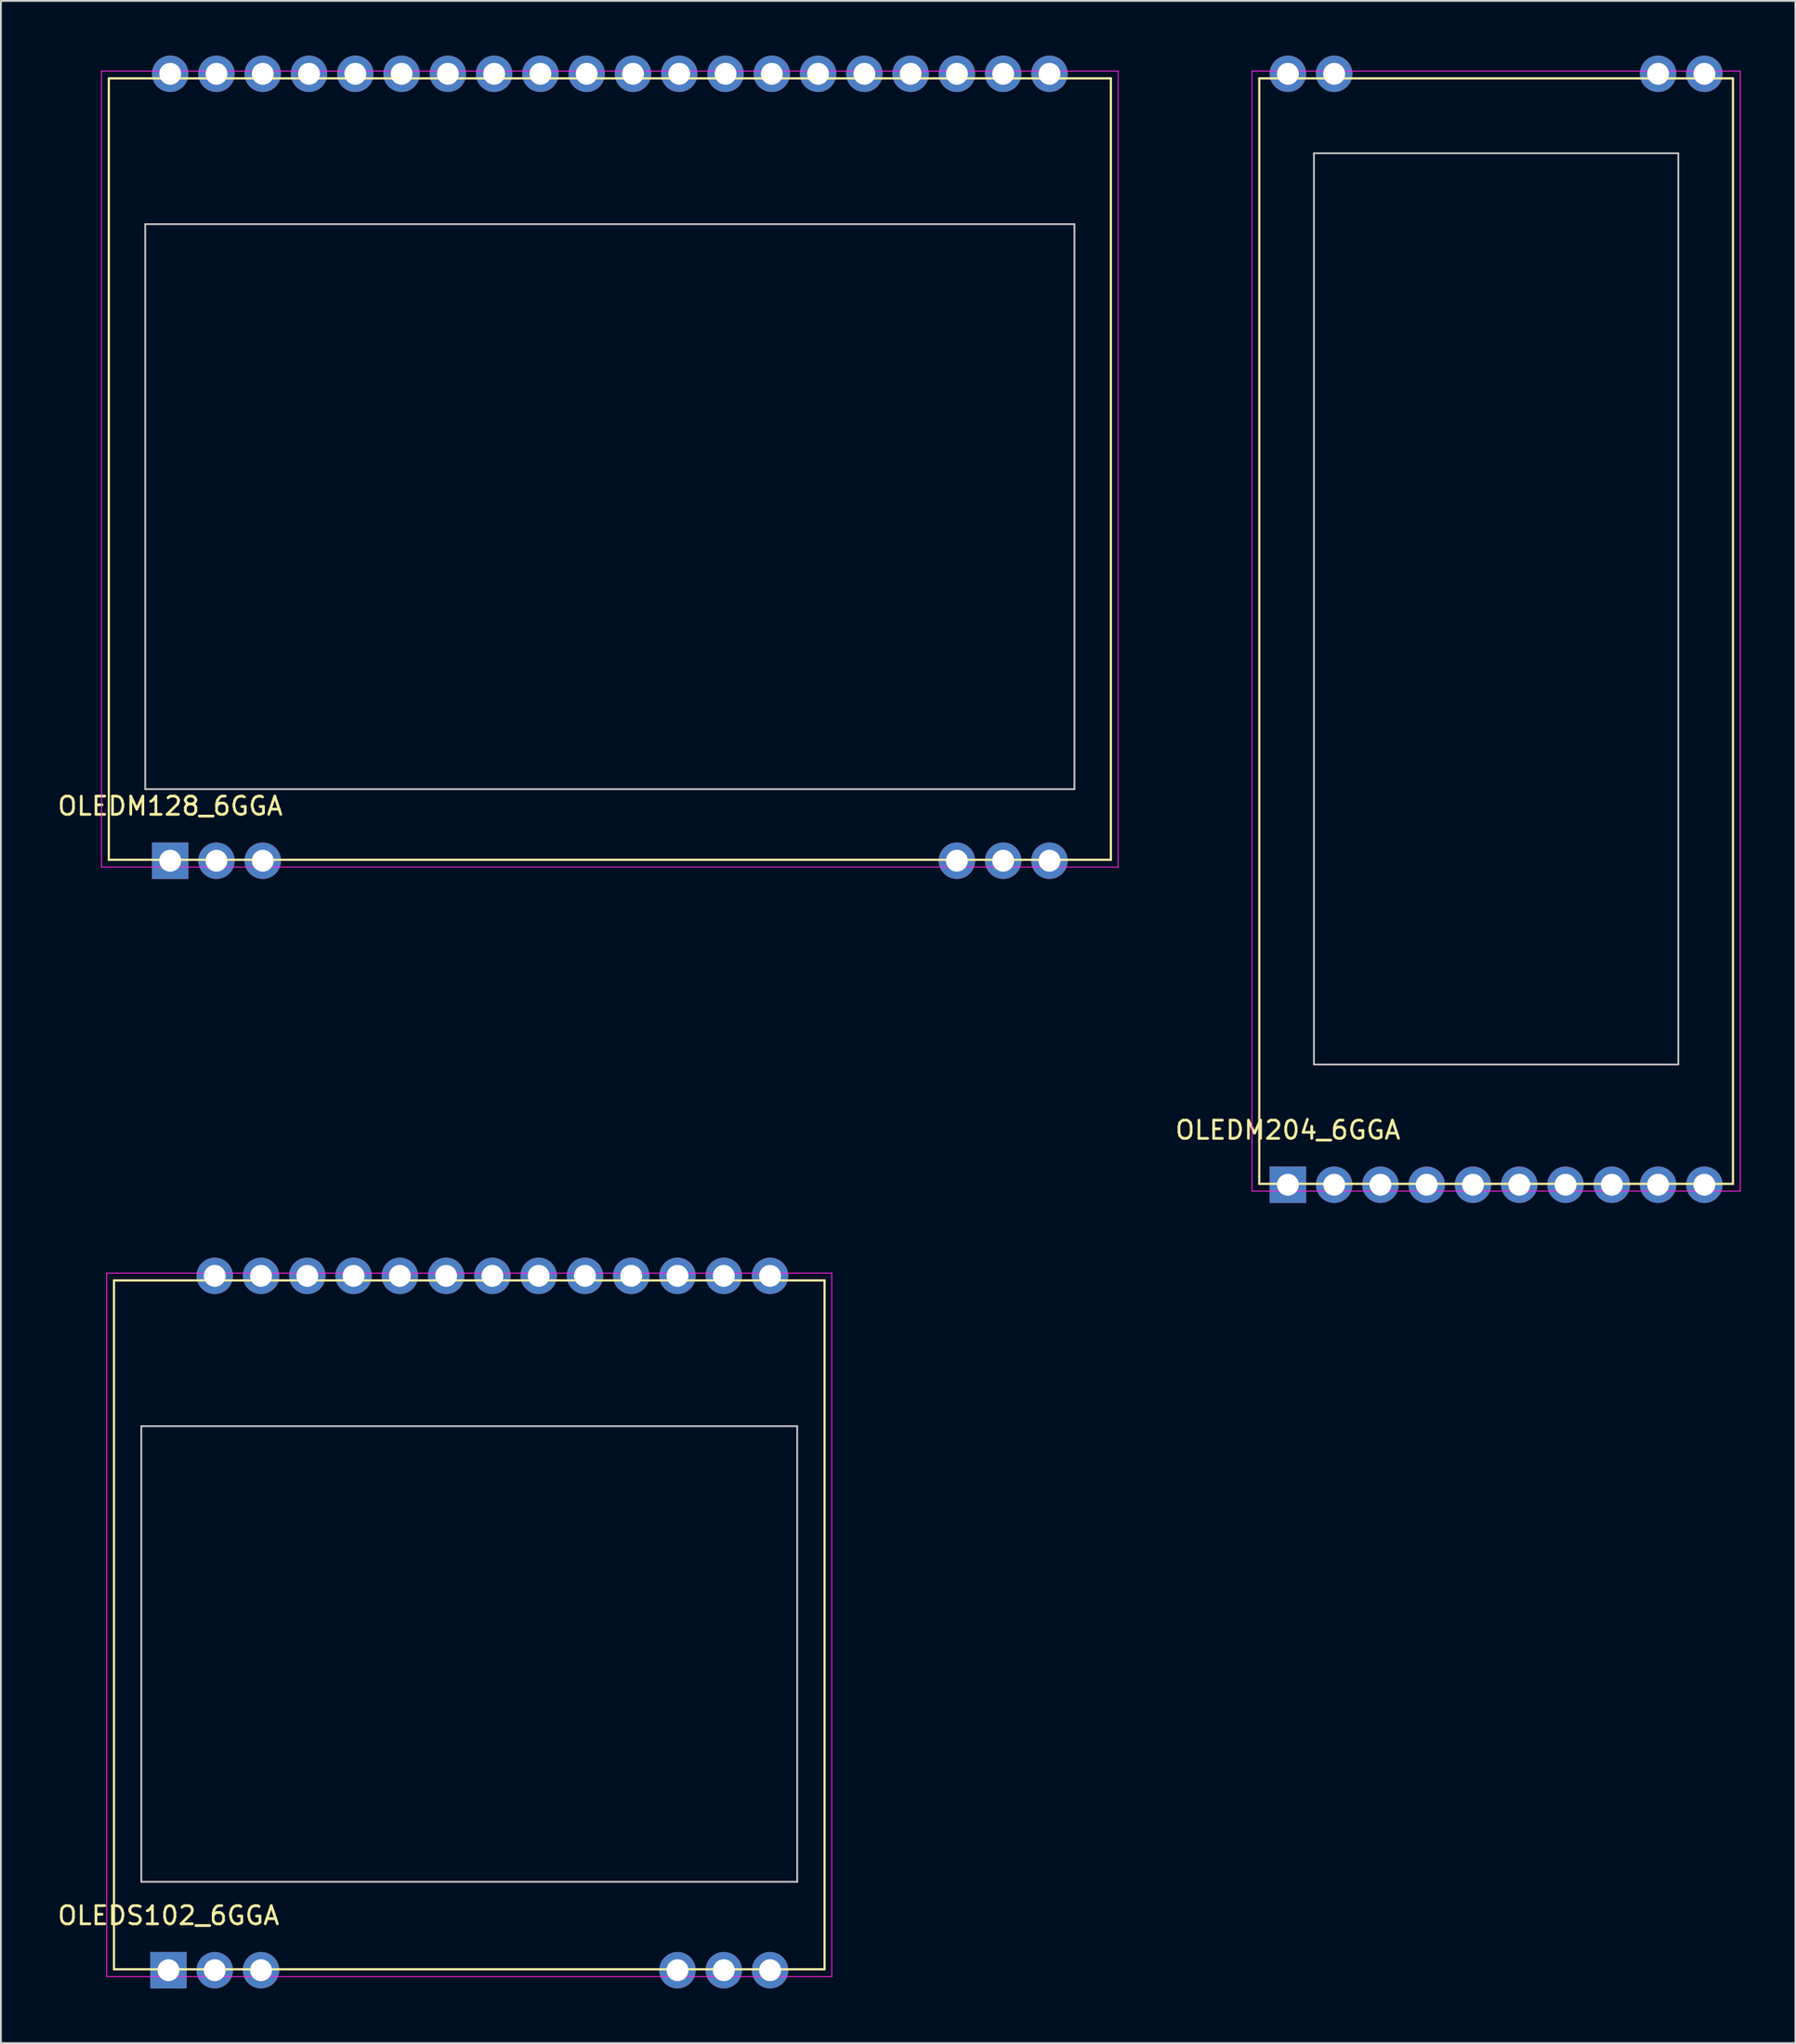
<source format=kicad_pcb>
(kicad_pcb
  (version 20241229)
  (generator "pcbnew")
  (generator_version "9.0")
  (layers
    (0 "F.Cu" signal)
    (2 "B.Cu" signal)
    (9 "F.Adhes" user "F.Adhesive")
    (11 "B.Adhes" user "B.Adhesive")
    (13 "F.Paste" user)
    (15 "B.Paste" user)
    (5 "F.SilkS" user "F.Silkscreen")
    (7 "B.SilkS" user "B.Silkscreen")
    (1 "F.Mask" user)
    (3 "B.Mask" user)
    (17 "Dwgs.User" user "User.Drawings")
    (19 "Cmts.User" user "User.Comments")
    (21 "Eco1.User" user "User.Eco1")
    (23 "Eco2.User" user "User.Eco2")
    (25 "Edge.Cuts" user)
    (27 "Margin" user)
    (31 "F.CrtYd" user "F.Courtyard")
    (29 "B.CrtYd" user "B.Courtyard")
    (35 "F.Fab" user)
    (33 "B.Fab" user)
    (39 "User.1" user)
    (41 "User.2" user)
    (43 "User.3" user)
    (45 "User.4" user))
  (footprint "OLEDM204_6GGA"
    (layer "F.Cu")
    (at 67.638 61.96)
    (property "Reference" "OLEDM204_6GGA" (at 0 -3 0) (layer "F.SilkS") (effects (font (size 1 1) (thickness 0.15))))
    (attr through_hole)
    (fp_line (start -1.57 -60.71) (end -1.57 -0.05) (stroke (width 0.12) (type solid)) (layer "F.SilkS"))
    (fp_line (start -1.57 -0.05) (end 24.43 -0.05) (stroke (width 0.12) (type solid)) (layer "F.SilkS"))
    (fp_line (start 24.43 -60.71) (end -1.57 -60.71) (stroke (width 0.12) (type solid)) (layer "F.SilkS"))
    (fp_line (start 24.43 -0.05) (end 24.43 -60.71) (stroke (width 0.12) (type solid)) (layer "F.SilkS"))
    (fp_line (start 1.43 -56.6) (end 1.43 -6.6) (stroke (width 0.1) (type solid)) (layer "Dwgs.User"))
    (fp_line (start 1.43 -6.6) (end 21.43 -6.6) (stroke (width 0.1) (type solid)) (layer "Dwgs.User"))
    (fp_line (start 21.43 -56.6) (end 1.43 -56.6) (stroke (width 0.1) (type solid)) (layer "Dwgs.User"))
    (fp_line (start 21.43 -6.6) (end 21.43 -56.6) (stroke (width 0.1) (type solid)) (layer "Dwgs.User"))
    (fp_line (start -1.97 -61.11) (end -1.97 0.35) (stroke (width 0.05) (type solid)) (layer "F.CrtYd"))
    (fp_line (start -1.97 0.35) (end 24.83 0.35) (stroke (width 0.05) (type solid)) (layer "F.CrtYd"))
    (fp_line (start 24.83 -61.11) (end -1.97 -61.11) (stroke (width 0.05) (type solid)) (layer "F.CrtYd"))
    (fp_line (start 24.83 0.35) (end 24.83 -61.11) (stroke (width 0.05) (type solid)) (layer "F.CrtYd"))
    (pad "1" thru_hole rect (at 0 0) (size 2 2) (drill 1.2) (layers "*.Cu" "*.Mask"))
    (pad "2" thru_hole circle (at 2.54 0) (size 2 2) (drill 1.2) (layers "*.Cu" "*.Mask"))
    (pad "3" thru_hole circle (at 5.08 0) (size 2 2) (drill 1.2) (layers "*.Cu" "*.Mask"))
    (pad "4" thru_hole circle (at 7.62 0) (size 2 2) (drill 1.2) (layers "*.Cu" "*.Mask"))
    (pad "5" thru_hole circle (at 10.16 0) (size 2 2) (drill 1.2) (layers "*.Cu" "*.Mask"))
    (pad "6" thru_hole circle (at 12.7 0) (size 2 2) (drill 1.2) (layers "*.Cu" "*.Mask"))
    (pad "7" thru_hole circle (at 15.24 0) (size 2 2) (drill 1.2) (layers "*.Cu" "*.Mask"))
    (pad "8" thru_hole circle (at 17.78 0) (size 2 2) (drill 1.2) (layers "*.Cu" "*.Mask"))
    (pad "9" thru_hole circle (at 20.32 0) (size 2 2) (drill 1.2) (layers "*.Cu" "*.Mask"))
    (pad "10" thru_hole circle (at 22.86 0) (size 2 2) (drill 1.2) (layers "*.Cu" "*.Mask"))
    (pad "11" thru_hole circle (at 22.86 -60.96) (size 2 2) (drill 1.2) (layers "*.Cu" "*.Mask"))
    (pad "12" thru_hole circle (at 20.32 -60.96) (size 2 2) (drill 1.2) (layers "*.Cu" "*.Mask"))
    (pad "19" thru_hole circle (at 2.54 -60.96) (size 2 2) (drill 1.2) (layers "*.Cu" "*.Mask"))
    (pad "20" thru_hole circle (at 0 -60.96) (size 2 2) (drill 1.2) (layers "*.Cu" "*.Mask")))
  (footprint "OLEDS102_6GGA"
    (layer "F.Cu")
    (at 6.196 105.06)
    (property "Reference" "OLEDS102_6GGA" (at 0 -3 0) (layer "F.SilkS") (effects (font (size 1 1) (thickness 0.15))))
    (attr through_hole)
    (fp_line (start -2.99 -37.85) (end -2.99 -0.05) (stroke (width 0.12) (type solid)) (layer "F.SilkS"))
    (fp_line (start -2.99 -0.05) (end 36.01 -0.05) (stroke (width 0.12) (type solid)) (layer "F.SilkS"))
    (fp_line (start 36.01 -37.85) (end -2.99 -37.85) (stroke (width 0.12) (type solid)) (layer "F.SilkS"))
    (fp_line (start 36.01 -0.05) (end 36.01 -37.85) (stroke (width 0.12) (type solid)) (layer "F.SilkS"))
    (fp_line (start -1.49 -29.85) (end -1.49 -4.85) (stroke (width 0.1) (type solid)) (layer "Dwgs.User"))
    (fp_line (start -1.49 -4.85) (end 34.51 -4.85) (stroke (width 0.1) (type solid)) (layer "Dwgs.User"))
    (fp_line (start 34.51 -29.85) (end -1.49 -29.85) (stroke (width 0.1) (type solid)) (layer "Dwgs.User"))
    (fp_line (start 34.51 -4.85) (end 34.51 -29.85) (stroke (width 0.1) (type solid)) (layer "Dwgs.User"))
    (fp_line (start -3.39 -38.25) (end -3.39 0.35) (stroke (width 0.05) (type solid)) (layer "F.CrtYd"))
    (fp_line (start -3.39 0.35) (end 36.41 0.35) (stroke (width 0.05) (type solid)) (layer "F.CrtYd"))
    (fp_line (start 36.41 -38.25) (end -3.39 -38.25) (stroke (width 0.05) (type solid)) (layer "F.CrtYd"))
    (fp_line (start 36.41 0.35) (end 36.41 -38.25) (stroke (width 0.05) (type solid)) (layer "F.CrtYd"))
    (pad "1" thru_hole rect (at 0 0) (size 2 2) (drill 1.2) (layers "*.Cu" "*.Mask"))
    (pad "2" thru_hole circle (at 2.54 0) (size 2 2) (drill 1.2) (layers "*.Cu" "*.Mask"))
    (pad "3" thru_hole circle (at 5.08 0) (size 2 2) (drill 1.2) (layers "*.Cu" "*.Mask"))
    (pad "12" thru_hole circle (at 27.94 0) (size 2 2) (drill 1.2) (layers "*.Cu" "*.Mask"))
    (pad "13" thru_hole circle (at 30.48 0) (size 2 2) (drill 1.2) (layers "*.Cu" "*.Mask"))
    (pad "14" thru_hole circle (at 33.02 0) (size 2 2) (drill 1.2) (layers "*.Cu" "*.Mask"))
    (pad "15" thru_hole circle (at 33.02 -38.1) (size 2 2) (drill 1.2) (layers "*.Cu" "*.Mask"))
    (pad "16" thru_hole circle (at 30.48 -38.1) (size 2 2) (drill 1.2) (layers "*.Cu" "*.Mask"))
    (pad "17" thru_hole circle (at 27.94 -38.1) (size 2 2) (drill 1.2) (layers "*.Cu" "*.Mask"))
    (pad "18" thru_hole circle (at 25.4 -38.1) (size 2 2) (drill 1.2) (layers "*.Cu" "*.Mask"))
    (pad "19" thru_hole circle (at 22.86 -38.1) (size 2 2) (drill 1.2) (layers "*.Cu" "*.Mask"))
    (pad "20" thru_hole circle (at 20.32 -38.1) (size 2 2) (drill 1.2) (layers "*.Cu" "*.Mask"))
    (pad "21" thru_hole circle (at 17.78 -38.1) (size 2 2) (drill 1.2) (layers "*.Cu" "*.Mask"))
    (pad "22" thru_hole circle (at 15.24 -38.1) (size 2 2) (drill 1.2) (layers "*.Cu" "*.Mask"))
    (pad "23" thru_hole circle (at 12.7 -38.1) (size 2 2) (drill 1.2) (layers "*.Cu" "*.Mask"))
    (pad "24" thru_hole circle (at 10.16 -38.1) (size 2 2) (drill 1.2) (layers "*.Cu" "*.Mask"))
    (pad "25" thru_hole circle (at 7.62 -38.1) (size 2 2) (drill 1.2) (layers "*.Cu" "*.Mask"))
    (pad "26" thru_hole circle (at 5.08 -38.1) (size 2 2) (drill 1.2) (layers "*.Cu" "*.Mask"))
    (pad "27" thru_hole circle (at 2.54 -38.1) (size 2 2) (drill 1.2) (layers "*.Cu" "*.Mask")))
  (footprint "OLEDM128_6GGA"
    (layer "F.Cu")
    (at 6.292 44.18)
    (property "Reference" "OLEDM128_6GGA" (at 0 -3 0) (layer "F.SilkS") (effects (font (size 1 1) (thickness 0.15))))
    (attr through_hole)
    (fp_line (start -3.37 -42.93) (end -3.37 -0.05) (stroke (width 0.12) (type solid)) (layer "F.SilkS"))
    (fp_line (start -3.37 -0.05) (end 51.63 -0.05) (stroke (width 0.12) (type solid)) (layer "F.SilkS"))
    (fp_line (start 51.63 -42.93) (end -3.37 -42.93) (stroke (width 0.12) (type solid)) (layer "F.SilkS"))
    (fp_line (start 51.63 -0.05) (end 51.63 -42.93) (stroke (width 0.12) (type solid)) (layer "F.SilkS"))
    (fp_line (start -1.37 -34.93) (end -1.37 -3.93) (stroke (width 0.1) (type solid)) (layer "Dwgs.User"))
    (fp_line (start -1.37 -3.93) (end 49.63 -3.93) (stroke (width 0.1) (type solid)) (layer "Dwgs.User"))
    (fp_line (start 49.63 -34.93) (end -1.37 -34.93) (stroke (width 0.1) (type solid)) (layer "Dwgs.User"))
    (fp_line (start 49.63 -3.93) (end 49.63 -34.93) (stroke (width 0.1) (type solid)) (layer "Dwgs.User"))
    (fp_line (start -3.77 -43.33) (end -3.77 0.35) (stroke (width 0.05) (type solid)) (layer "F.CrtYd"))
    (fp_line (start -3.77 0.35) (end 52.03 0.35) (stroke (width 0.05) (type solid)) (layer "F.CrtYd"))
    (fp_line (start 52.03 -43.33) (end -3.77 -43.33) (stroke (width 0.05) (type solid)) (layer "F.CrtYd"))
    (fp_line (start 52.03 0.35) (end 52.03 -43.33) (stroke (width 0.05) (type solid)) (layer "F.CrtYd"))
    (pad "1" thru_hole rect (at 0 0) (size 2 2) (drill 1.2) (layers "*.Cu" "*.Mask"))
    (pad "2" thru_hole circle (at 2.54 0) (size 2 2) (drill 1.2) (layers "*.Cu" "*.Mask"))
    (pad "3" thru_hole circle (at 5.08 0) (size 2 2) (drill 1.2) (layers "*.Cu" "*.Mask"))
    (pad "18" thru_hole circle (at 43.18 0) (size 2 2) (drill 1.2) (layers "*.Cu" "*.Mask"))
    (pad "19" thru_hole circle (at 45.72 0) (size 2 2) (drill 1.2) (layers "*.Cu" "*.Mask"))
    (pad "20" thru_hole circle (at 48.26 0) (size 2 2) (drill 1.2) (layers "*.Cu" "*.Mask"))
    (pad "21" thru_hole circle (at 48.26 -43.18) (size 2 2) (drill 1.2) (layers "*.Cu" "*.Mask"))
    (pad "22" thru_hole circle (at 45.72 -43.18) (size 2 2) (drill 1.2) (layers "*.Cu" "*.Mask"))
    (pad "23" thru_hole circle (at 43.18 -43.18) (size 2 2) (drill 1.2) (layers "*.Cu" "*.Mask"))
    (pad "24" thru_hole circle (at 40.64 -43.18) (size 2 2) (drill 1.2) (layers "*.Cu" "*.Mask"))
    (pad "25" thru_hole circle (at 38.1 -43.18) (size 2 2) (drill 1.2) (layers "*.Cu" "*.Mask"))
    (pad "26" thru_hole circle (at 35.56 -43.18) (size 2 2) (drill 1.2) (layers "*.Cu" "*.Mask"))
    (pad "27" thru_hole circle (at 33.02 -43.18) (size 2 2) (drill 1.2) (layers "*.Cu" "*.Mask"))
    (pad "28" thru_hole circle (at 30.48 -43.18) (size 2 2) (drill 1.2) (layers "*.Cu" "*.Mask"))
    (pad "29" thru_hole circle (at 27.94 -43.18) (size 2 2) (drill 1.2) (layers "*.Cu" "*.Mask"))
    (pad "30" thru_hole circle (at 25.4 -43.18) (size 2 2) (drill 1.2) (layers "*.Cu" "*.Mask"))
    (pad "31" thru_hole circle (at 22.86 -43.18) (size 2 2) (drill 1.2) (layers "*.Cu" "*.Mask"))
    (pad "32" thru_hole circle (at 20.32 -43.18) (size 2 2) (drill 1.2) (layers "*.Cu" "*.Mask"))
    (pad "33" thru_hole circle (at 17.78 -43.18) (size 2 2) (drill 1.2) (layers "*.Cu" "*.Mask"))
    (pad "34" thru_hole circle (at 15.24 -43.18) (size 2 2) (drill 1.2) (layers "*.Cu" "*.Mask"))
    (pad "35" thru_hole circle (at 12.7 -43.18) (size 2 2) (drill 1.2) (layers "*.Cu" "*.Mask"))
    (pad "36" thru_hole circle (at 10.16 -43.18) (size 2 2) (drill 1.2) (layers "*.Cu" "*.Mask"))
    (pad "37" thru_hole circle (at 7.62 -43.18) (size 2 2) (drill 1.2) (layers "*.Cu" "*.Mask"))
    (pad "38" thru_hole circle (at 5.08 -43.18) (size 2 2) (drill 1.2) (layers "*.Cu" "*.Mask"))
    (pad "39" thru_hole circle (at 2.54 -43.18) (size 2 2) (drill 1.2) (layers "*.Cu" "*.Mask"))
    (pad "40" thru_hole circle (at 0 -43.18) (size 2 2) (drill 1.2) (layers "*.Cu" "*.Mask")))
  (gr_rect
    (start -3 -3)
    (end 95.493 109.06)
    (stroke (width 0.1) (type default))
    (fill no)
    (layer "Edge.Cuts")))
</source>
